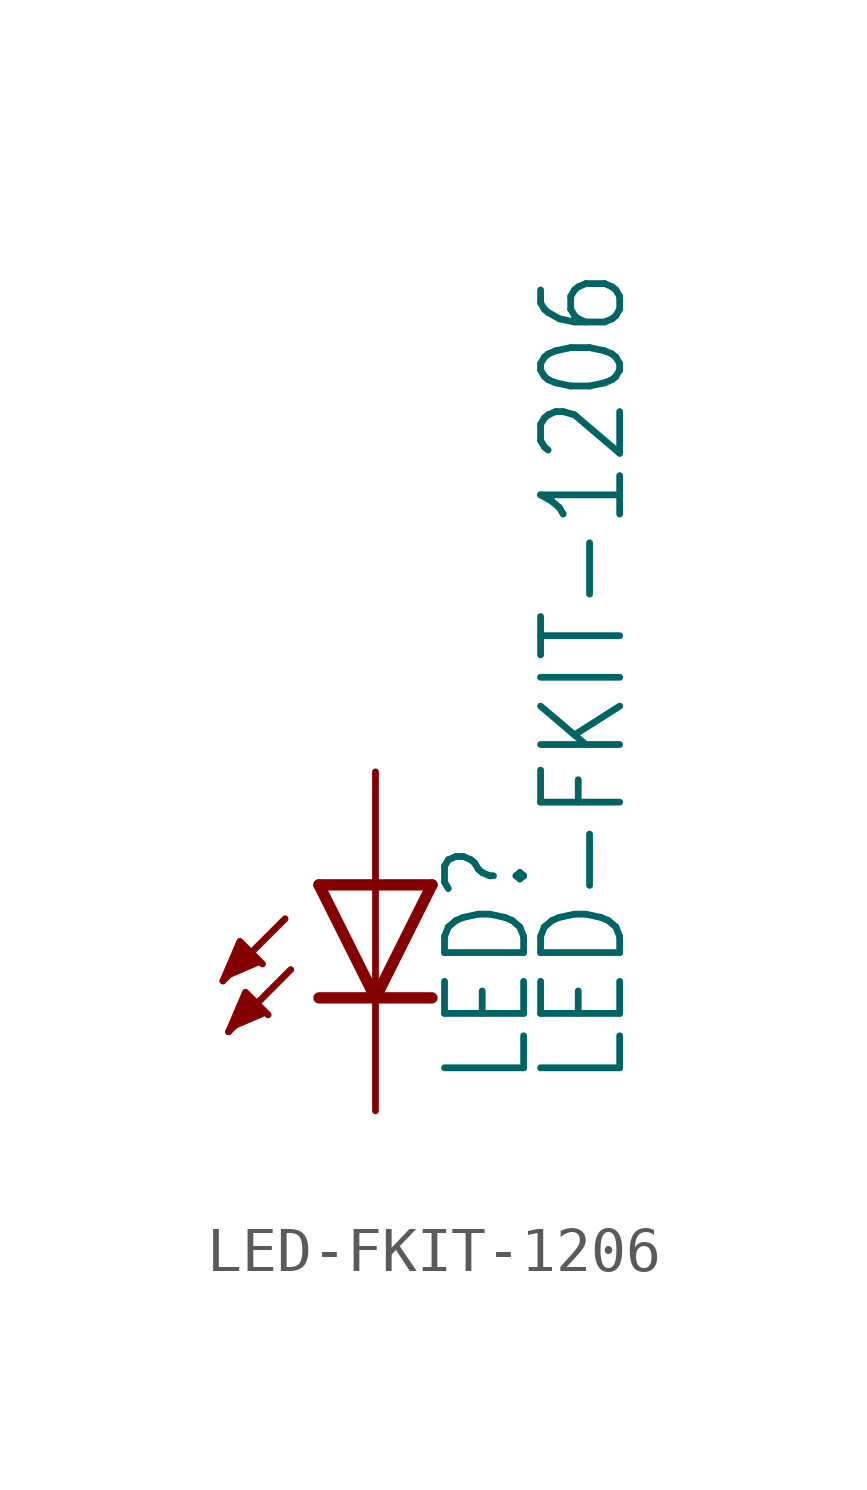
<source format=kicad_sym>
(kicad_symbol_lib
  (version 20211014)
  (generator kicad_symbol_editor)
  (symbol "LED-FKIT-1206"
    (property "Reference" "LED"
      (at 3.556 -4.572 90)
      (effects (font (size 1.778 1.511)) (justify left bottom)))
    (property "Value" "LED-FKIT-1206"
      (at 5.715 -4.572 90)
      (effects (font (size 1.778 1.511)) (justify left bottom)))
    (property "ki_locked" ""
      (at 0 0 0)
      (effects (font (size 1.27 1.27))))
    (symbol "LED-FKIT-1206_1_0"
      (polyline (pts (xy -2.032 -0.762) (xy -3.429 -2.159)) (stroke (width 0.152) (type default) (color 0 0 0 0)) (fill (type none)))
      (polyline (pts (xy -1.905 -1.905) (xy -3.302 -3.302)) (stroke (width 0.152) (type default) (color 0 0 0 0)) (fill (type none)))
      (polyline (pts (xy 0 -2.54) (xy -1.27 -2.54)) (stroke (width 0.254) (type default) (color 0 0 0 0)) (fill (type none)))
      (polyline (pts (xy 0 -2.54) (xy -1.27 0)) (stroke (width 0.254) (type default) (color 0 0 0 0)) (fill (type none)))
      (polyline (pts (xy 0 0) (xy -1.27 0)) (stroke (width 0.254) (type default) (color 0 0 0 0)) (fill (type none)))
      (polyline (pts (xy 0 0) (xy 0 -2.54)) (stroke (width 0.152) (type default) (color 0 0 0 0)) (fill (type none)))
      (polyline (pts (xy 1.27 -2.54) (xy 0 -2.54)) (stroke (width 0.254) (type default) (color 0 0 0 0)) (fill (type none)))
      (polyline (pts (xy 1.27 0) (xy 0 -2.54)) (stroke (width 0.254) (type default) (color 0 0 0 0)) (fill (type none)))
      (polyline (pts (xy 1.27 0) (xy 0 0)) (stroke (width 0.254) (type default) (color 0 0 0 0)) (fill (type none)))
      (polyline (pts (xy -3.429 -2.159) (xy -3.048 -1.27) (xy -2.54 -1.778)) (stroke (width 0) (type default) (color 0 0 0 0)) (fill (type outline)))
      (polyline (pts (xy -3.302 -3.302) (xy -2.921 -2.413) (xy -2.413 -2.921)) (stroke (width 0) (type default) (color 0 0 0 0)) (fill (type outline)))
      (pin passive line (at 0 2.54 270) (length 2.54) (name "A" (effects (font (size 0 0)))) (number "A" (effects (font (size 0 0)))))
      (pin passive line (at 0 -5.08 90) (length 2.54) (name "C" (effects (font (size 0 0)))) (number "C" (effects (font (size 0 0))))))))
</source>
